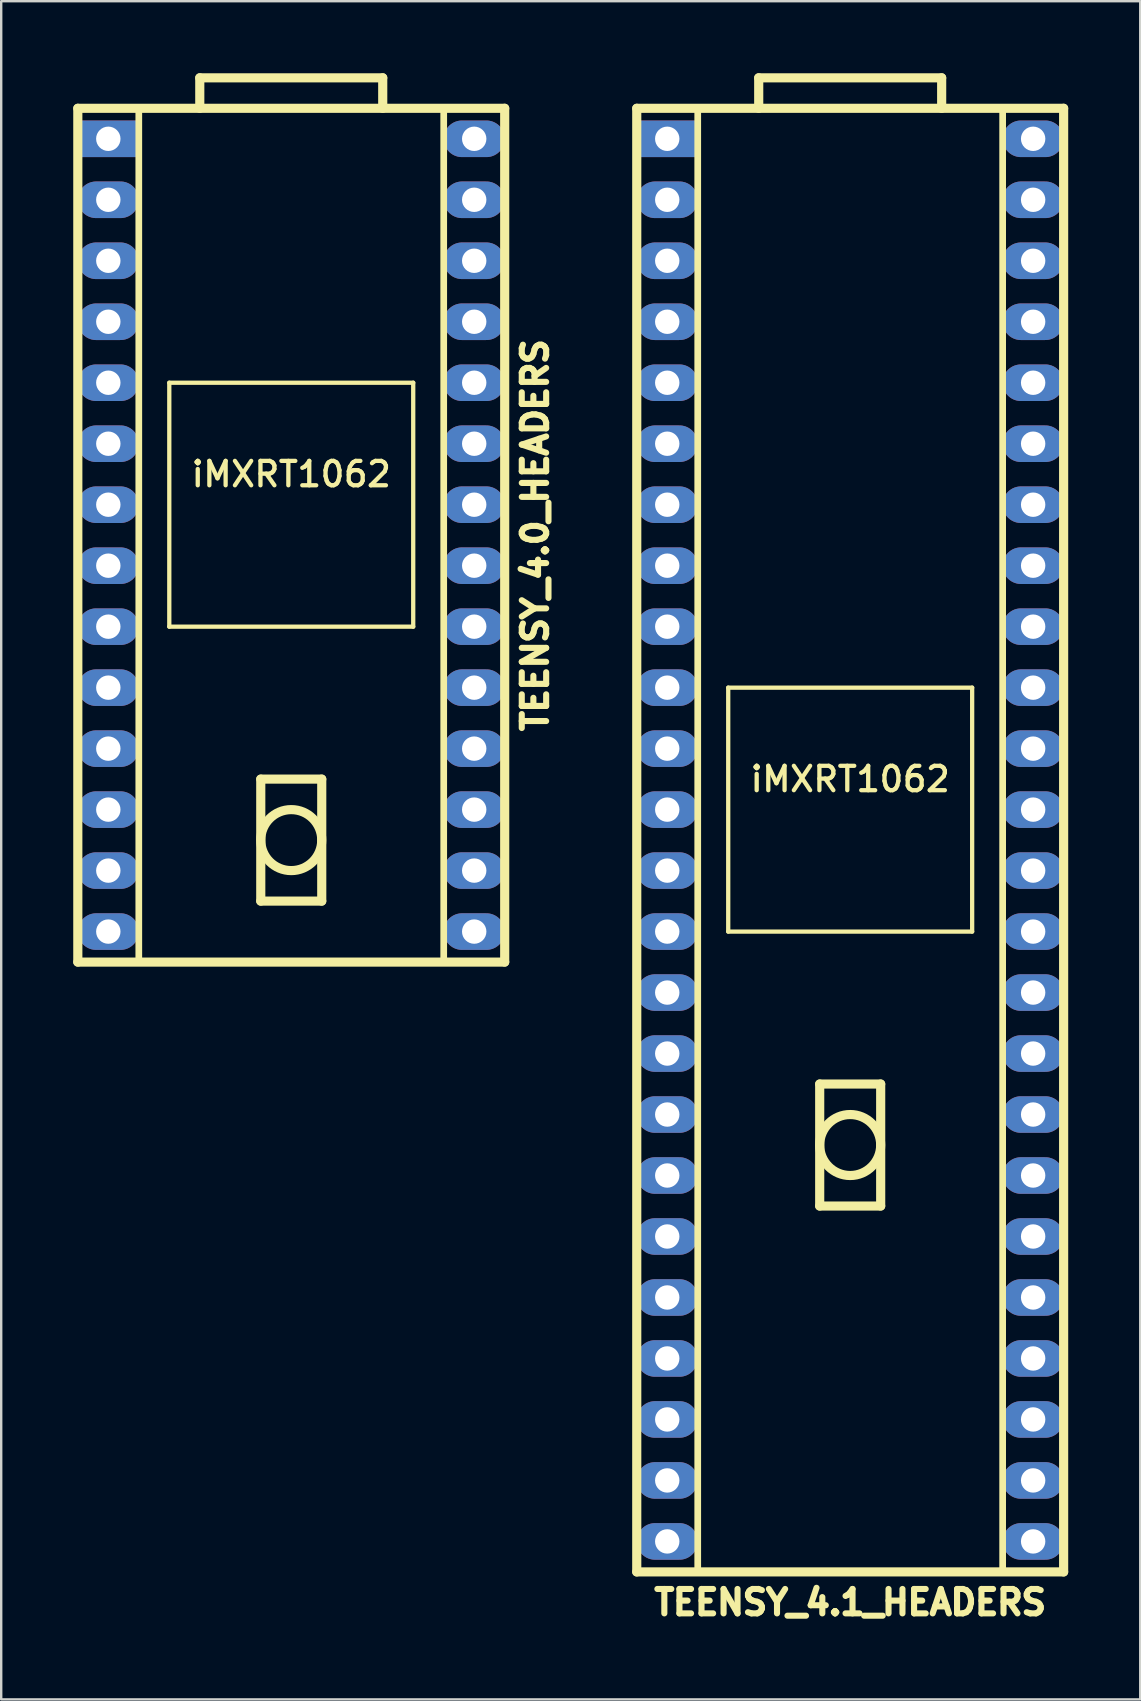
<source format=kicad_pcb>
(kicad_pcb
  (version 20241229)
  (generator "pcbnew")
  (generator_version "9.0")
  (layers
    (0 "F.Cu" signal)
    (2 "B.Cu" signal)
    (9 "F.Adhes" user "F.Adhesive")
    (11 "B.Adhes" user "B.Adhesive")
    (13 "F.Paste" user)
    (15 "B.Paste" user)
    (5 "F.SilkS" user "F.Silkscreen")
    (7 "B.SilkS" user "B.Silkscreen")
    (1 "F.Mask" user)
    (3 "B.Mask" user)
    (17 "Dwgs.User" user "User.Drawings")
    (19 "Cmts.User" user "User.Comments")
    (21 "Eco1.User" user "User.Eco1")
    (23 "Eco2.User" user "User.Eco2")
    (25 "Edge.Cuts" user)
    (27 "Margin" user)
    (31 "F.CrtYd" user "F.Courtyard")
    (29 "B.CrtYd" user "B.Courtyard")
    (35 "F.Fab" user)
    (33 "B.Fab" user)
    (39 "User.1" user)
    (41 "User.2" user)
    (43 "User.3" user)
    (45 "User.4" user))
  (footprint "TEENSY_4.1_HEADERS"
    (layer "F.Cu")
    (at 32.361 19.241)
    (property "Reference" "TEENSY_4.1_HEADERS" (at 0 44.45 0) (layer "F.SilkS") (effects (font (size 1.016 1.016) (thickness 0.254))))
    (attr through_hole)
    (fp_line (start -8.89 -17.78) (end -8.89 43.18) (stroke (width 0.381) (type solid)) (layer "F.SilkS"))
    (fp_line (start -8.89 43.18) (end 8.89 43.18) (stroke (width 0.381) (type solid)) (layer "F.SilkS"))
    (fp_line (start -6.35 -17.78) (end -6.35 43.18) (stroke (width 0.279) (type solid)) (layer "F.SilkS"))
    (fp_line (start -5.08 6.35) (end -5.08 16.51) (stroke (width 0.178) (type solid)) (layer "F.SilkS"))
    (fp_line (start -5.08 16.51) (end 5.08 16.51) (stroke (width 0.178) (type solid)) (layer "F.SilkS"))
    (fp_line (start -3.81 -19.05) (end 3.81 -19.05) (stroke (width 0.381) (type solid)) (layer "F.SilkS"))
    (fp_line (start -3.81 -17.78) (end -3.81 -19.05) (stroke (width 0.381) (type solid)) (layer "F.SilkS"))
    (fp_line (start -1.27 22.86) (end -1.27 27.94) (stroke (width 0.381) (type solid)) (layer "F.SilkS"))
    (fp_line (start -1.27 27.94) (end 1.27 27.94) (stroke (width 0.381) (type solid)) (layer "F.SilkS"))
    (fp_line (start 1.27 22.86) (end -1.27 22.86) (stroke (width 0.381) (type solid)) (layer "F.SilkS"))
    (fp_line (start 1.27 27.94) (end 1.27 22.86) (stroke (width 0.381) (type solid)) (layer "F.SilkS"))
    (fp_line (start 3.81 -19.05) (end 3.81 -17.78) (stroke (width 0.381) (type solid)) (layer "F.SilkS"))
    (fp_line (start 5.08 6.35) (end -5.08 6.35) (stroke (width 0.178) (type solid)) (layer "F.SilkS"))
    (fp_line (start 5.08 16.51) (end 5.08 6.35) (stroke (width 0.178) (type solid)) (layer "F.SilkS"))
    (fp_line (start 6.35 -17.78) (end 6.35 43.18) (stroke (width 0.279) (type solid)) (layer "F.SilkS"))
    (fp_line (start 8.89 -17.78) (end -8.89 -17.78) (stroke (width 0.381) (type solid)) (layer "F.SilkS"))
    (fp_line (start 8.89 43.18) (end 8.89 -17.78) (stroke (width 0.381) (type solid)) (layer "F.SilkS"))
    (fp_circle (center 0 25.4) (end -1.27 25.4) (stroke (width 0.381) (type solid)) (fill no) (layer "F.SilkS"))
    (fp_text user "iMXRT1062" (at 0 10.16 0) (layer "F.SilkS") (effects (font (size 1.016 1.016) (thickness 0.178))))
    (pad "" thru_hole oval (at 7.62 -13.97) (size 2.54 1.524) (drill 1.016) (layers "*.Cu" "*.Mask"))
    (pad "" thru_hole oval (at 7.62 19.05) (size 2.54 1.524) (drill 1.016) (layers "*.Cu" "*.Mask"))
    (pad "0" thru_hole oval (at -7.62 -13.97) (size 2.54 1.524) (drill 1.016) (layers "*.Cu" "*.Mask"))
    (pad "1" thru_hole oval (at -7.62 -11.43) (size 2.54 1.524) (drill 1.016) (layers "*.Cu" "*.Mask"))
    (pad "2" thru_hole oval (at -7.62 -8.89) (size 2.54 1.524) (drill 1.016) (layers "*.Cu" "*.Mask"))
    (pad "3" thru_hole oval (at -7.62 -6.35) (size 2.54 1.524) (drill 1.016) (layers "*.Cu" "*.Mask"))
    (pad "3V3" thru_hole oval (at -7.62 19.05) (size 2.54 1.524) (drill 1.016) (layers "*.Cu" "*.Mask"))
    (pad "3V3" thru_hole oval (at 7.62 -11.43) (size 2.54 1.524) (drill 1.016) (layers "*.Cu" "*.Mask"))
    (pad "4" thru_hole oval (at -7.62 -3.81) (size 2.54 1.524) (drill 1.016) (layers "*.Cu" "*.Mask"))
    (pad "5" thru_hole oval (at -7.62 -1.27) (size 2.54 1.524) (drill 1.016) (layers "*.Cu" "*.Mask"))
    (pad "6" thru_hole oval (at -7.62 1.27) (size 2.54 1.524) (drill 1.016) (layers "*.Cu" "*.Mask"))
    (pad "7" thru_hole oval (at -7.62 3.81) (size 2.54 1.524) (drill 1.016) (layers "*.Cu" "*.Mask"))
    (pad "8" thru_hole oval (at -7.62 6.35) (size 2.54 1.524) (drill 1.016) (layers "*.Cu" "*.Mask"))
    (pad "9" thru_hole oval (at -7.62 8.89) (size 2.54 1.524) (drill 1.016) (layers "*.Cu" "*.Mask"))
    (pad "10" thru_hole oval (at -7.62 11.43) (size 2.54 1.524) (drill 1.016) (layers "*.Cu" "*.Mask"))
    (pad "11" thru_hole oval (at -7.62 13.97) (size 2.54 1.524) (drill 1.016) (layers "*.Cu" "*.Mask"))
    (pad "12" thru_hole oval (at -7.62 16.51) (size 2.54 1.524) (drill 1.016) (layers "*.Cu" "*.Mask"))
    (pad "13" thru_hole oval (at 7.62 16.51) (size 2.54 1.524) (drill 1.016) (layers "*.Cu" "*.Mask"))
    (pad "14" thru_hole oval (at 7.62 13.97) (size 2.54 1.524) (drill 1.016) (layers "*.Cu" "*.Mask"))
    (pad "15" thru_hole oval (at 7.62 11.43) (size 2.54 1.524) (drill 1.016) (layers "*.Cu" "*.Mask"))
    (pad "16" thru_hole oval (at 7.62 8.89) (size 2.54 1.524) (drill 1.016) (layers "*.Cu" "*.Mask"))
    (pad "17" thru_hole oval (at 7.62 6.35) (size 2.54 1.524) (drill 1.016) (layers "*.Cu" "*.Mask"))
    (pad "18" thru_hole oval (at 7.62 3.81) (size 2.54 1.524) (drill 1.016) (layers "*.Cu" "*.Mask"))
    (pad "19" thru_hole oval (at 7.62 1.27) (size 2.54 1.524) (drill 1.016) (layers "*.Cu" "*.Mask"))
    (pad "20" thru_hole oval (at 7.62 -1.27) (size 2.54 1.524) (drill 1.016) (layers "*.Cu" "*.Mask"))
    (pad "21" thru_hole oval (at 7.62 -3.81) (size 2.54 1.524) (drill 1.016) (layers "*.Cu" "*.Mask"))
    (pad "22" thru_hole oval (at 7.62 -6.35) (size 2.54 1.524) (drill 1.016) (layers "*.Cu" "*.Mask"))
    (pad "23" thru_hole oval (at 7.62 -8.89) (size 2.54 1.524) (drill 1.016) (layers "*.Cu" "*.Mask"))
    (pad "24" thru_hole oval (at -7.62 21.59) (size 2.54 1.524) (drill 1.016) (layers "*.Cu" "*.Mask"))
    (pad "25" thru_hole oval (at -7.62 24.13) (size 2.54 1.524) (drill 1.016) (layers "*.Cu" "*.Mask"))
    (pad "26" thru_hole oval (at -7.62 26.67) (size 2.54 1.524) (drill 1.016) (layers "*.Cu" "*.Mask"))
    (pad "27" thru_hole oval (at -7.62 29.21) (size 2.54 1.524) (drill 1.016) (layers "*.Cu" "*.Mask"))
    (pad "28" thru_hole oval (at -7.62 31.75) (size 2.54 1.524) (drill 1.016) (layers "*.Cu" "*.Mask"))
    (pad "29" thru_hole oval (at -7.62 34.29) (size 2.54 1.524) (drill 1.016) (layers "*.Cu" "*.Mask"))
    (pad "30" thru_hole oval (at -7.62 36.83) (size 2.54 1.524) (drill 1.016) (layers "*.Cu" "*.Mask"))
    (pad "31" thru_hole oval (at -7.62 39.37) (size 2.54 1.524) (drill 1.016) (layers "*.Cu" "*.Mask"))
    (pad "32" thru_hole oval (at -7.62 41.91) (size 2.54 1.524) (drill 1.016) (layers "*.Cu" "*.Mask"))
    (pad "33" thru_hole oval (at 7.62 41.91) (size 2.54 1.524) (drill 1.016) (layers "*.Cu" "*.Mask"))
    (pad "34" thru_hole oval (at 7.62 39.37) (size 2.54 1.524) (drill 1.016) (layers "*.Cu" "*.Mask"))
    (pad "35" thru_hole oval (at 7.62 36.83) (size 2.54 1.524) (drill 1.016) (layers "*.Cu" "*.Mask"))
    (pad "36" thru_hole oval (at 7.62 34.29) (size 2.54 1.524) (drill 1.016) (layers "*.Cu" "*.Mask"))
    (pad "37" thru_hole oval (at 7.62 31.75) (size 2.54 1.524) (drill 1.016) (layers "*.Cu" "*.Mask"))
    (pad "38" thru_hole oval (at 7.62 29.21) (size 2.54 1.524) (drill 1.016) (layers "*.Cu" "*.Mask"))
    (pad "39" thru_hole oval (at 7.62 26.67) (size 2.54 1.524) (drill 1.016) (layers "*.Cu" "*.Mask"))
    (pad "40" thru_hole oval (at 7.62 24.13) (size 2.54 1.524) (drill 1.016) (layers "*.Cu" "*.Mask"))
    (pad "41" thru_hole oval (at 7.62 21.59) (size 2.54 1.524) (drill 1.016) (layers "*.Cu" "*.Mask"))
    (pad "GND" thru_hole rect (at -7.62 -16.51) (size 2.54 1.524) (drill 1.016) (layers "*.Cu" "*.Mask"))
    (pad "V_IN" thru_hole oval (at 7.62 -16.51) (size 2.54 1.524) (drill 1.016) (layers "*.Cu" "*.Mask")))
  (footprint "TEENSY_4.0_HEADERS"
    (layer "F.Cu")
    (at 9.081 19.241)
    (property "Reference" "TEENSY_4.0_HEADERS" (at 10.16 0 90) (layer "F.SilkS") (effects (font (size 1.016 1.016) (thickness 0.254))))
    (attr through_hole)
    (fp_line (start -8.89 -17.78) (end -8.89 17.78) (stroke (width 0.381) (type solid)) (layer "F.SilkS"))
    (fp_line (start -8.89 17.78) (end 8.89 17.78) (stroke (width 0.381) (type solid)) (layer "F.SilkS"))
    (fp_line (start -6.35 -17.78) (end -6.35 17.78) (stroke (width 0.279) (type solid)) (layer "F.SilkS"))
    (fp_line (start -5.08 -6.35) (end -5.08 3.81) (stroke (width 0.178) (type solid)) (layer "F.SilkS"))
    (fp_line (start -5.08 3.81) (end 5.08 3.81) (stroke (width 0.178) (type solid)) (layer "F.SilkS"))
    (fp_line (start -3.81 -19.05) (end 3.81 -19.05) (stroke (width 0.381) (type solid)) (layer "F.SilkS"))
    (fp_line (start -3.81 -17.78) (end -3.81 -19.05) (stroke (width 0.381) (type solid)) (layer "F.SilkS"))
    (fp_line (start -1.27 10.16) (end -1.27 15.24) (stroke (width 0.381) (type solid)) (layer "F.SilkS"))
    (fp_line (start -1.27 15.24) (end 1.27 15.24) (stroke (width 0.381) (type solid)) (layer "F.SilkS"))
    (fp_line (start 1.27 10.16) (end -1.27 10.16) (stroke (width 0.381) (type solid)) (layer "F.SilkS"))
    (fp_line (start 1.27 15.24) (end 1.27 10.16) (stroke (width 0.381) (type solid)) (layer "F.SilkS"))
    (fp_line (start 3.81 -19.05) (end 3.81 -17.78) (stroke (width 0.381) (type solid)) (layer "F.SilkS"))
    (fp_line (start 5.08 -6.35) (end -5.08 -6.35) (stroke (width 0.178) (type solid)) (layer "F.SilkS"))
    (fp_line (start 5.08 3.81) (end 5.08 -6.35) (stroke (width 0.178) (type solid)) (layer "F.SilkS"))
    (fp_line (start 6.35 -17.78) (end 6.35 17.78) (stroke (width 0.279) (type solid)) (layer "F.SilkS"))
    (fp_line (start 8.89 -17.78) (end -8.89 -17.78) (stroke (width 0.381) (type solid)) (layer "F.SilkS"))
    (fp_line (start 8.89 17.78) (end 8.89 -17.78) (stroke (width 0.381) (type solid)) (layer "F.SilkS"))
    (fp_circle (center 0 12.7) (end -1.27 12.7) (stroke (width 0.381) (type solid)) (fill no) (layer "F.SilkS"))
    (fp_text user "iMXRT1062" (at 0 -2.54 0) (layer "F.SilkS") (effects (font (size 1.016 1.016) (thickness 0.178))))
    (pad "" thru_hole oval (at 7.62 -13.97) (size 2.54 1.524) (drill 1.016) (layers "*.Cu" "*.Mask"))
    (pad "0" thru_hole oval (at -7.62 -13.97) (size 2.54 1.524) (drill 1.016) (layers "*.Cu" "*.Mask"))
    (pad "1" thru_hole oval (at -7.62 -11.43) (size 2.54 1.524) (drill 1.016) (layers "*.Cu" "*.Mask"))
    (pad "2" thru_hole oval (at -7.62 -8.89) (size 2.54 1.524) (drill 1.016) (layers "*.Cu" "*.Mask"))
    (pad "3" thru_hole oval (at -7.62 -6.35) (size 2.54 1.524) (drill 1.016) (layers "*.Cu" "*.Mask"))
    (pad "3V3" thru_hole oval (at 7.62 -11.43) (size 2.54 1.524) (drill 1.016) (layers "*.Cu" "*.Mask"))
    (pad "4" thru_hole oval (at -7.62 -3.81) (size 2.54 1.524) (drill 1.016) (layers "*.Cu" "*.Mask"))
    (pad "5" thru_hole oval (at -7.62 -1.27) (size 2.54 1.524) (drill 1.016) (layers "*.Cu" "*.Mask"))
    (pad "6" thru_hole oval (at -7.62 1.27) (size 2.54 1.524) (drill 1.016) (layers "*.Cu" "*.Mask"))
    (pad "7" thru_hole oval (at -7.62 3.81) (size 2.54 1.524) (drill 1.016) (layers "*.Cu" "*.Mask"))
    (pad "8" thru_hole oval (at -7.62 6.35) (size 2.54 1.524) (drill 1.016) (layers "*.Cu" "*.Mask"))
    (pad "9" thru_hole oval (at -7.62 8.89) (size 2.54 1.524) (drill 1.016) (layers "*.Cu" "*.Mask"))
    (pad "10" thru_hole oval (at -7.62 11.43) (size 2.54 1.524) (drill 1.016) (layers "*.Cu" "*.Mask"))
    (pad "11" thru_hole oval (at -7.62 13.97) (size 2.54 1.524) (drill 1.016) (layers "*.Cu" "*.Mask"))
    (pad "12" thru_hole oval (at -7.62 16.51) (size 2.54 1.524) (drill 1.016) (layers "*.Cu" "*.Mask"))
    (pad "13" thru_hole oval (at 7.62 16.51) (size 2.54 1.524) (drill 1.016) (layers "*.Cu" "*.Mask"))
    (pad "14" thru_hole oval (at 7.62 13.97) (size 2.54 1.524) (drill 1.016) (layers "*.Cu" "*.Mask"))
    (pad "15" thru_hole oval (at 7.62 11.43) (size 2.54 1.524) (drill 1.016) (layers "*.Cu" "*.Mask"))
    (pad "16" thru_hole oval (at 7.62 8.89) (size 2.54 1.524) (drill 1.016) (layers "*.Cu" "*.Mask"))
    (pad "17" thru_hole oval (at 7.62 6.35) (size 2.54 1.524) (drill 1.016) (layers "*.Cu" "*.Mask"))
    (pad "18" thru_hole oval (at 7.62 3.81) (size 2.54 1.524) (drill 1.016) (layers "*.Cu" "*.Mask"))
    (pad "19" thru_hole oval (at 7.62 1.27) (size 2.54 1.524) (drill 1.016) (layers "*.Cu" "*.Mask"))
    (pad "20" thru_hole oval (at 7.62 -1.27) (size 2.54 1.524) (drill 1.016) (layers "*.Cu" "*.Mask"))
    (pad "21" thru_hole oval (at 7.62 -3.81) (size 2.54 1.524) (drill 1.016) (layers "*.Cu" "*.Mask"))
    (pad "22" thru_hole oval (at 7.62 -6.35) (size 2.54 1.524) (drill 1.016) (layers "*.Cu" "*.Mask"))
    (pad "23" thru_hole oval (at 7.62 -8.89) (size 2.54 1.524) (drill 1.016) (layers "*.Cu" "*.Mask"))
    (pad "GND" thru_hole rect (at -7.62 -16.51) (size 2.54 1.524) (drill 1.016) (layers "*.Cu" "*.Mask"))
    (pad "V_IN" thru_hole oval (at 7.62 -16.51) (size 2.54 1.524) (drill 1.016) (layers "*.Cu" "*.Mask")))
  (gr_rect
    (start -3 -3)
    (end 44.442 67.731)
    (stroke (width 0.1) (type default))
    (fill no)
    (layer "Edge.Cuts")))
</source>
